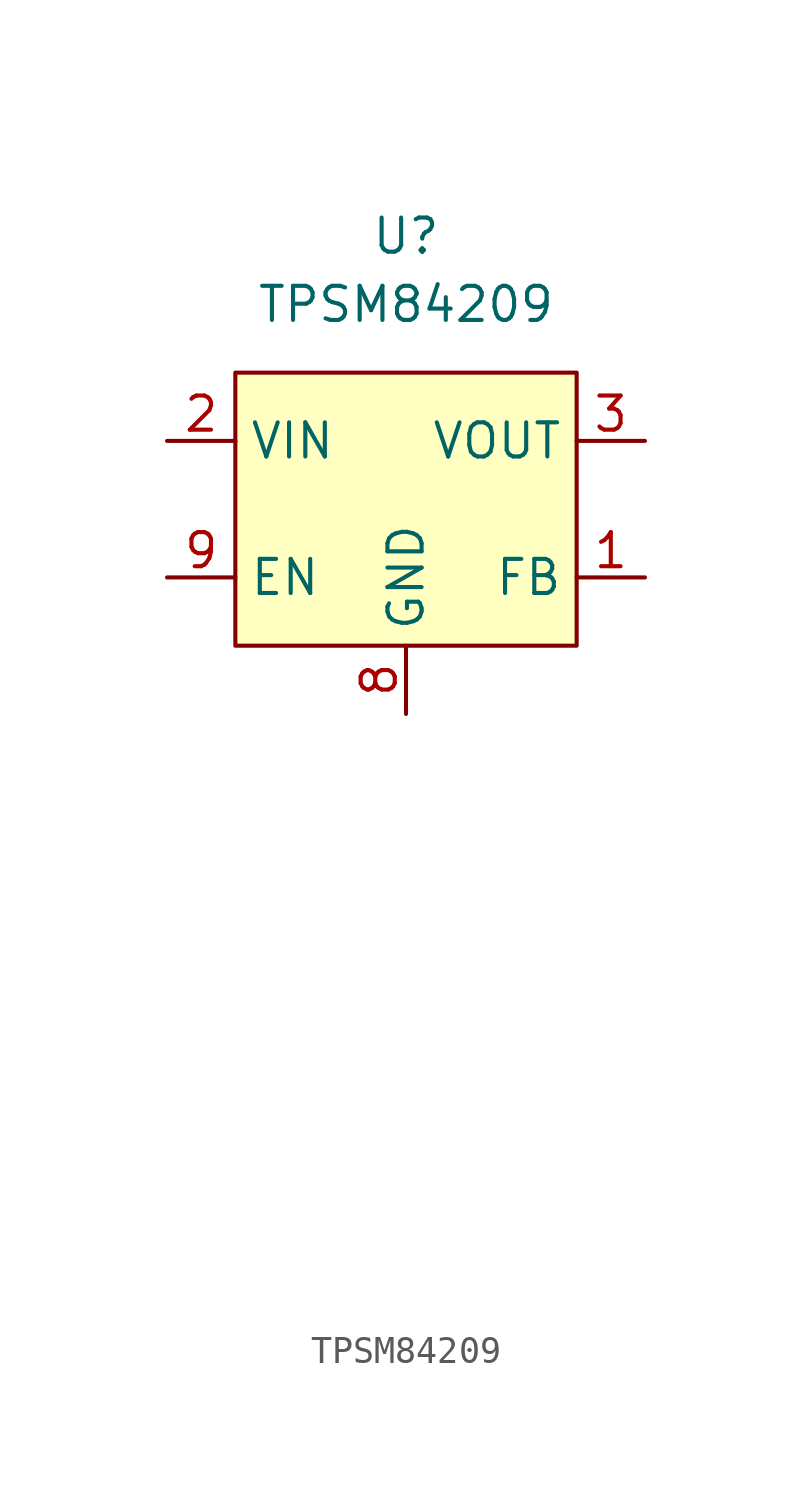
<source format=kicad_sym>
(kicad_symbol_lib
  (version 20211014)
  (generator kicad_symbol_editor)
  (symbol "TPSM84209"
    (property "Reference" "U"
      (at 0 10.16 0)
      (effects (font (size 1.27 1.27))))
    (property "Value" "TPSM84209"
      (at 0 7.62 0)
      (effects (font (size 1.27 1.27))))
    (symbol "TPSM84209_0_1"
      (rectangle (start -6.35 5.08) (end 6.35 -5.08) (stroke (width 0) (type default) (color 0 0 0 0)) (fill (type background))))
    (symbol "TPSM84209_1_0"
      (pin bidirectional line (at 8.89 -2.54 180) (length 2.54) (name "FB" (effects (font (size 1.27 1.27)))) (number "1" (effects (font (size 1.27 1.27)))))
      (pin power_in line (at -8.89 2.54 0) (length 2.54) (name "VIN" (effects (font (size 1.27 1.27)))) (number "2" (effects (font (size 1.27 1.27)))))
      (pin power_out line (at 8.89 2.54 180) (length 2.54) (name "VOUT" (effects (font (size 1.27 1.27)))) (number "3" (effects (font (size 1.27 1.27)))))
      (pin power_in line (at 0 -7.62 90) (length 2.54) (name "GND" (effects (font (size 1.27 1.27)))) (number "8" (effects (font (size 1.27 1.27)))))
      (pin input line (at -8.89 -2.54 0) (length 2.54) (name "EN" (effects (font (size 1.27 1.27)))) (number "9" (effects (font (size 1.27 1.27))))))
    (symbol "TPSM84209_1_1"
      (pin no_connect line (at -3.81 -19.05 180) (length 2.54) hide (name "" (effects (font (size 1.27 1.27)))) (number "4" (effects (font (size 1.27 1.27)))))
      (pin no_connect line (at -3.81 -21.59 180) (length 2.54) hide (name "" (effects (font (size 1.27 1.27)))) (number "5" (effects (font (size 1.27 1.27)))))
      (pin no_connect line (at -3.81 -24.13 180) (length 2.54) hide (name "" (effects (font (size 1.27 1.27)))) (number "6" (effects (font (size 1.27 1.27)))))
      (pin no_connect line (at -3.81 -26.67 180) (length 2.54) hide (name "" (effects (font (size 1.27 1.27)))) (number "7" (effects (font (size 1.27 1.27))))))))
</source>
